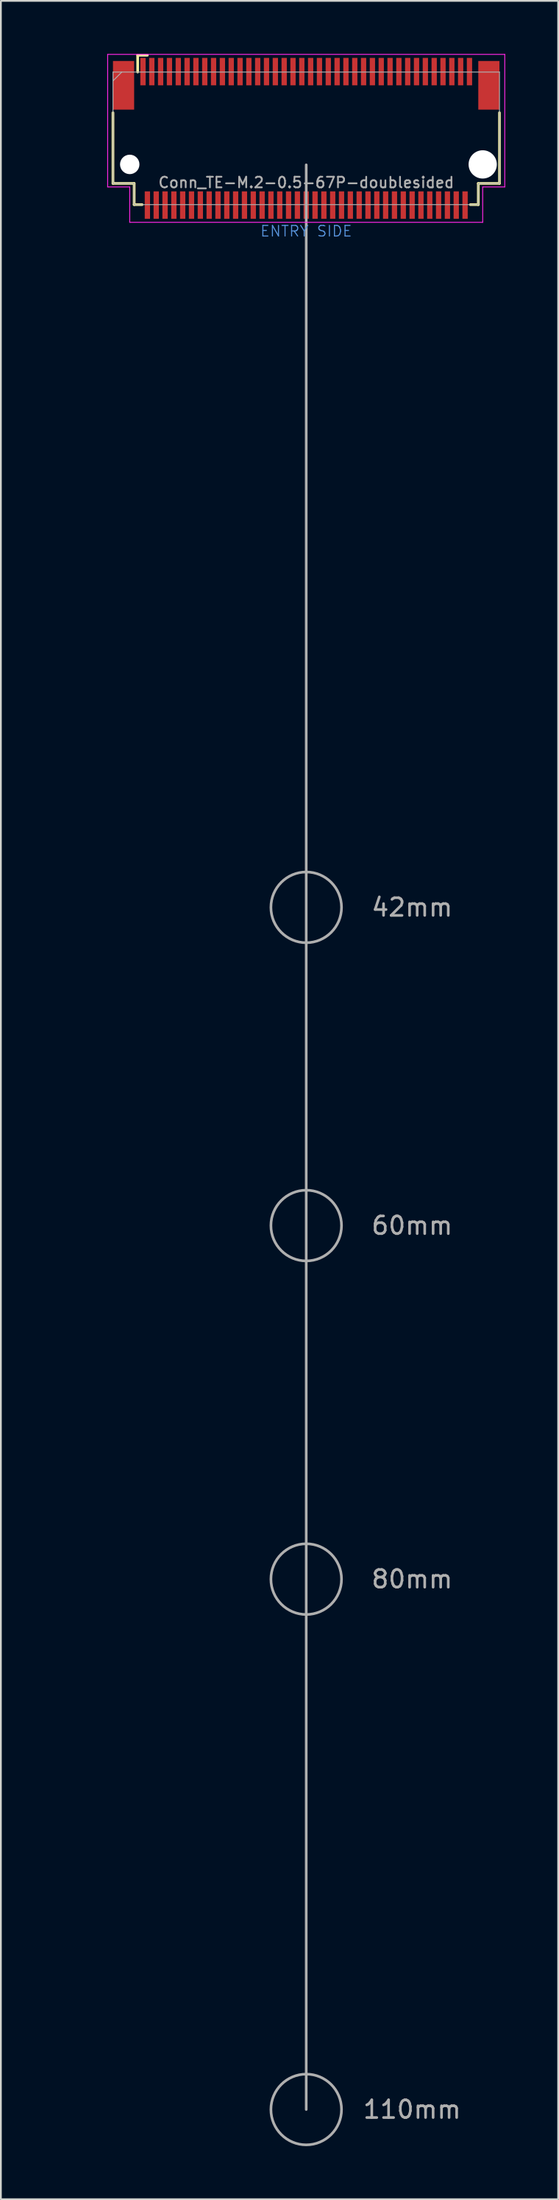
<source format=kicad_pcb>
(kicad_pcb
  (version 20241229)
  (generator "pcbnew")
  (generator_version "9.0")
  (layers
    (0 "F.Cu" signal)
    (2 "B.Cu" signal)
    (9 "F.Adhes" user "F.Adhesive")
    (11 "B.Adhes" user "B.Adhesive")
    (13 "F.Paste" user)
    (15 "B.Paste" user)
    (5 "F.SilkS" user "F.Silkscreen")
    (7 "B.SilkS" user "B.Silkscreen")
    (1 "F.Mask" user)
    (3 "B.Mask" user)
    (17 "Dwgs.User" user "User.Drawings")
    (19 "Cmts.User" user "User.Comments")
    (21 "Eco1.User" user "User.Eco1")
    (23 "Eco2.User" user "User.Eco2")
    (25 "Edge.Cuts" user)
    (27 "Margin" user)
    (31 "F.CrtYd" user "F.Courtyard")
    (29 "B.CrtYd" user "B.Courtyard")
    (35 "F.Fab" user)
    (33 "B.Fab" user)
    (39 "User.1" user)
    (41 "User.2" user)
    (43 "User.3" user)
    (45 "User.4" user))
  (footprint "Conn_TE-M.2-0.5-67P-doublesided"
    (layer "F.Cu")
    (at 14.301 6.275)
    (property "Reference" "Conn_TE-M.2-0.5-67P-doublesided" (at 0 1 0) (layer "F.Fab") (effects (font (size 0.6 0.6) (thickness 0.1))))
    (attr through_hole)
    (fp_line (start -10.95 1.05) (end -10.95 -2.95) (stroke (width 0.15) (type solid)) (layer "F.SilkS"))
    (fp_line (start -9.75 1.05) (end -10.95 1.05) (stroke (width 0.15) (type solid)) (layer "F.SilkS"))
    (fp_line (start -9.75 2.25) (end -9.75 1.05) (stroke (width 0.15) (type solid)) (layer "F.SilkS"))
    (fp_line (start -9.55 -6.2) (end -9 -6.2) (stroke (width 0.15) (type solid)) (layer "F.SilkS"))
    (fp_line (start -9.55 -5.25) (end -9.55 -6.2) (stroke (width 0.15) (type solid)) (layer "F.SilkS"))
    (fp_line (start -9.3 2.25) (end -9.75 2.25) (stroke (width 0.15) (type solid)) (layer "F.SilkS"))
    (fp_line (start 9.75 1.05) (end 9.75 2.25) (stroke (width 0.15) (type solid)) (layer "F.SilkS"))
    (fp_line (start 9.75 2.25) (end 9.3 2.25) (stroke (width 0.15) (type solid)) (layer "F.SilkS"))
    (fp_line (start 10.95 1.05) (end 9.75 1.05) (stroke (width 0.15) (type solid)) (layer "F.SilkS"))
    (fp_line (start 10.95 1.05) (end 10.95 -2.95) (stroke (width 0.15) (type solid)) (layer "F.SilkS"))
    (fp_line (start -11.25 -6.25) (end 11.25 -6.25) (stroke (width 0.05) (type solid)) (layer "F.CrtYd"))
    (fp_line (start -11.25 1.25) (end -11.25 -6.25) (stroke (width 0.05) (type solid)) (layer "F.CrtYd"))
    (fp_line (start -10 1.25) (end -11.25 1.25) (stroke (width 0.05) (type solid)) (layer "F.CrtYd"))
    (fp_line (start -10 3.25) (end -10 1.25) (stroke (width 0.05) (type solid)) (layer "F.CrtYd"))
    (fp_line (start 10 1.25) (end 10 3.25) (stroke (width 0.05) (type solid)) (layer "F.CrtYd"))
    (fp_line (start 10 3.25) (end -10 3.25) (stroke (width 0.05) (type solid)) (layer "F.CrtYd"))
    (fp_line (start 11.25 -6.25) (end 11.25 1.25) (stroke (width 0.05) (type solid)) (layer "F.CrtYd"))
    (fp_line (start 11.25 1.25) (end 10 1.25) (stroke (width 0.05) (type solid)) (layer "F.CrtYd"))
    (fp_line (start -10.95 -5.25) (end -10.95 1.05) (stroke (width 0.05) (type solid)) (layer "F.Fab"))
    (fp_line (start -10.95 -5.25) (end 10.95 -5.25) (stroke (width 0.05) (type solid)) (layer "F.Fab"))
    (fp_line (start -10.95 -4.75) (end -10.45 -5.25) (stroke (width 0.05) (type solid)) (layer "F.Fab"))
    (fp_line (start -10.95 1.05) (end -9.75 1.05) (stroke (width 0.05) (type solid)) (layer "F.Fab"))
    (fp_line (start -9.75 1.05) (end -9.75 2.25) (stroke (width 0.05) (type solid)) (layer "F.Fab"))
    (fp_line (start -9.75 2.25) (end 9.75 2.25) (stroke (width 0.05) (type solid)) (layer "F.Fab"))
    (fp_line (start 0 110) (end 0 0) (stroke (width 0.15) (type solid)) (layer "F.Fab"))
    (fp_line (start 9.75 1.05) (end 9.75 2.25) (stroke (width 0.05) (type solid)) (layer "F.Fab"))
    (fp_line (start 10.95 1.05) (end 9.75 1.05) (stroke (width 0.05) (type solid)) (layer "F.Fab"))
    (fp_line (start 10.95 1.05) (end 10.95 -5.25) (stroke (width 0.05) (type solid)) (layer "F.Fab"))
    (fp_circle (center 0 42) (end 2 42) (stroke (width 0.15) (type solid)) (fill no) (layer "F.Fab"))
    (fp_circle (center 0 60) (end 2 60) (stroke (width 0.15) (type solid)) (fill no) (layer "F.Fab"))
    (fp_circle (center 0 80) (end 2 80) (stroke (width 0.15) (type solid)) (fill no) (layer "F.Fab"))
    (fp_circle (center 0 110) (end 2 110) (stroke (width 0.15) (type solid)) (fill no) (layer "F.Fab"))
    (fp_text user "ENTRY SIDE" (at 0 3.75 0) (layer "Cmts.User") (effects (font (size 0.6 0.6) (thickness 0.06))))
    (fp_text user "${REFERENCE}" (at -10.1 -4.8 0) (layer "Eco1.User") (effects (font (size 0.3 0.3) (thickness 0.03))))
    (fp_text user "80mm" (at 6 80 0) (layer "F.Fab") (effects (font (size 1 1) (thickness 0.15))))
    (fp_text user "60mm" (at 6 60 0) (layer "F.Fab") (effects (font (size 1 1) (thickness 0.15))))
    (fp_text user "110mm" (at 6 110 0) (layer "F.Fab") (effects (font (size 1 1) (thickness 0.15))))
    (fp_text user "42mm" (at 6 42 0) (layer "F.Fab") (effects (font (size 1 1) (thickness 0.15))))
    (pad "" smd rect (at -10.35 -4.5) (size 1.2 2.75) (layers "F.Cu" "F.Mask" "F.Paste"))
    (pad "" np_thru_hole circle (at -10 -0.025) (size 1.1 1.1) (drill 1.1) (layers "*.Cu"))
    (pad "" np_thru_hole circle (at 10 -0.025) (size 1.6 1.6) (drill 1.6) (layers "*.Cu"))
    (pad "" smd rect (at 10.35 -4.5) (size 1.2 2.75) (layers "F.Cu" "F.Mask" "F.Paste"))
    (pad "1" smd rect (at -9.25 -5.275) (size 0.3 1.55) (layers "F.Cu" "F.Mask" "F.Paste"))
    (pad "2" smd rect (at -9 2.275) (size 0.3 1.55) (layers "F.Cu" "F.Mask" "F.Paste"))
    (pad "3" smd rect (at -8.75 -5.275) (size 0.3 1.55) (layers "F.Cu" "F.Mask" "F.Paste"))
    (pad "4" smd rect (at -8.5 2.275) (size 0.3 1.55) (layers "F.Cu" "F.Mask" "F.Paste"))
    (pad "5" smd rect (at -8.25 -5.275) (size 0.3 1.55) (layers "F.Cu" "F.Mask" "F.Paste"))
    (pad "6" smd rect (at -8 2.275) (size 0.3 1.55) (layers "F.Cu" "F.Mask" "F.Paste"))
    (pad "7" smd rect (at -7.75 -5.275) (size 0.3 1.55) (layers "F.Cu" "F.Mask" "F.Paste"))
    (pad "8" smd rect (at -7.5 2.275) (size 0.3 1.55) (layers "F.Cu" "F.Mask" "F.Paste"))
    (pad "9" smd rect (at -7.25 -5.275) (size 0.3 1.55) (layers "F.Cu" "F.Mask" "F.Paste"))
    (pad "10" smd rect (at -7 2.275) (size 0.3 1.55) (layers "F.Cu" "F.Mask" "F.Paste"))
    (pad "11" smd rect (at -6.75 -5.275) (size 0.3 1.55) (layers "F.Cu" "F.Mask" "F.Paste"))
    (pad "12" smd rect (at -6.5 2.275) (size 0.3 1.55) (layers "F.Cu" "F.Mask" "F.Paste"))
    (pad "13" smd rect (at -6.25 -5.275) (size 0.3 1.55) (layers "F.Cu" "F.Mask" "F.Paste"))
    (pad "14" smd rect (at -6 2.275) (size 0.3 1.55) (layers "F.Cu" "F.Mask" "F.Paste"))
    (pad "15" smd rect (at -5.75 -5.275) (size 0.3 1.55) (layers "F.Cu" "F.Mask" "F.Paste"))
    (pad "16" smd rect (at -5.5 2.275) (size 0.3 1.55) (layers "F.Cu" "F.Mask" "F.Paste"))
    (pad "17" smd rect (at -5.25 -5.275) (size 0.3 1.55) (layers "F.Cu" "F.Mask" "F.Paste"))
    (pad "18" smd rect (at -5 2.275) (size 0.3 1.55) (layers "F.Cu" "F.Mask" "F.Paste"))
    (pad "19" smd rect (at -4.75 -5.275) (size 0.3 1.55) (layers "F.Cu" "F.Mask" "F.Paste"))
    (pad "20" smd rect (at -4.5 2.275) (size 0.3 1.55) (layers "F.Cu" "F.Mask" "F.Paste"))
    (pad "21" smd rect (at -4.25 -5.275) (size 0.3 1.55) (layers "F.Cu" "F.Mask" "F.Paste"))
    (pad "22" smd rect (at -4 2.275) (size 0.3 1.55) (layers "F.Cu" "F.Mask" "F.Paste"))
    (pad "23" smd rect (at -3.75 -5.275) (size 0.3 1.55) (layers "F.Cu" "F.Mask" "F.Paste"))
    (pad "24" smd rect (at -3.5 2.275) (size 0.3 1.55) (layers "F.Cu" "F.Mask" "F.Paste"))
    (pad "25" smd rect (at -3.25 -5.275) (size 0.3 1.55) (layers "F.Cu" "F.Mask" "F.Paste"))
    (pad "26" smd rect (at -3 2.275) (size 0.3 1.55) (layers "F.Cu" "F.Mask" "F.Paste"))
    (pad "27" smd rect (at -2.75 -5.275) (size 0.3 1.55) (layers "F.Cu" "F.Mask" "F.Paste"))
    (pad "28" smd rect (at -2.5 2.275) (size 0.3 1.55) (layers "F.Cu" "F.Mask" "F.Paste"))
    (pad "29" smd rect (at -2.25 -5.275) (size 0.3 1.55) (layers "F.Cu" "F.Mask" "F.Paste"))
    (pad "30" smd rect (at -2 2.275) (size 0.3 1.55) (layers "F.Cu" "F.Mask" "F.Paste"))
    (pad "31" smd rect (at -1.75 -5.275) (size 0.3 1.55) (layers "F.Cu" "F.Mask" "F.Paste"))
    (pad "32" smd rect (at -1.5 2.275) (size 0.3 1.55) (layers "F.Cu" "F.Mask" "F.Paste"))
    (pad "33" smd rect (at -1.25 -5.275) (size 0.3 1.55) (layers "F.Cu" "F.Mask" "F.Paste"))
    (pad "34" smd rect (at -1 2.275) (size 0.3 1.55) (layers "F.Cu" "F.Mask" "F.Paste"))
    (pad "35" smd rect (at -0.75 -5.275) (size 0.3 1.55) (layers "F.Cu" "F.Mask" "F.Paste"))
    (pad "36" smd rect (at -0.5 2.275) (size 0.3 1.55) (layers "F.Cu" "F.Mask" "F.Paste"))
    (pad "37" smd rect (at -0.25 -5.275) (size 0.3 1.55) (layers "F.Cu" "F.Mask" "F.Paste"))
    (pad "38" smd rect (at 0 2.275) (size 0.3 1.55) (layers "F.Cu" "F.Mask" "F.Paste"))
    (pad "39" smd rect (at 0.25 -5.275) (size 0.3 1.55) (layers "F.Cu" "F.Mask" "F.Paste"))
    (pad "40" smd rect (at 0.5 2.275) (size 0.3 1.55) (layers "F.Cu" "F.Mask" "F.Paste"))
    (pad "41" smd rect (at 0.75 -5.275) (size 0.3 1.55) (layers "F.Cu" "F.Mask" "F.Paste"))
    (pad "42" smd rect (at 1 2.275) (size 0.3 1.55) (layers "F.Cu" "F.Mask" "F.Paste"))
    (pad "43" smd rect (at 1.25 -5.275) (size 0.3 1.55) (layers "F.Cu" "F.Mask" "F.Paste"))
    (pad "44" smd rect (at 1.5 2.275) (size 0.3 1.55) (layers "F.Cu" "F.Mask" "F.Paste"))
    (pad "45" smd rect (at 1.75 -5.275) (size 0.3 1.55) (layers "F.Cu" "F.Mask" "F.Paste"))
    (pad "46" smd rect (at 2 2.275) (size 0.3 1.55) (layers "F.Cu" "F.Mask" "F.Paste"))
    (pad "47" smd rect (at 2.25 -5.275) (size 0.3 1.55) (layers "F.Cu" "F.Mask" "F.Paste"))
    (pad "48" smd rect (at 2.5 2.275) (size 0.3 1.55) (layers "F.Cu" "F.Mask" "F.Paste"))
    (pad "49" smd rect (at 2.75 -5.275) (size 0.3 1.55) (layers "F.Cu" "F.Mask" "F.Paste"))
    (pad "50" smd rect (at 3 2.275) (size 0.3 1.55) (layers "F.Cu" "F.Mask" "F.Paste"))
    (pad "51" smd rect (at 3.25 -5.275) (size 0.3 1.55) (layers "F.Cu" "F.Mask" "F.Paste"))
    (pad "52" smd rect (at 3.5 2.275) (size 0.3 1.55) (layers "F.Cu" "F.Mask" "F.Paste"))
    (pad "53" smd rect (at 3.75 -5.275) (size 0.3 1.55) (layers "F.Cu" "F.Mask" "F.Paste"))
    (pad "54" smd rect (at 4 2.275) (size 0.3 1.55) (layers "F.Cu" "F.Mask" "F.Paste"))
    (pad "55" smd rect (at 4.25 -5.275) (size 0.3 1.55) (layers "F.Cu" "F.Mask" "F.Paste"))
    (pad "56" smd rect (at 4.5 2.275) (size 0.3 1.55) (layers "F.Cu" "F.Mask" "F.Paste"))
    (pad "57" smd rect (at 4.75 -5.275) (size 0.3 1.55) (layers "F.Cu" "F.Mask" "F.Paste"))
    (pad "58" smd rect (at 5 2.275) (size 0.3 1.55) (layers "F.Cu" "F.Mask" "F.Paste"))
    (pad "59" smd rect (at 5.25 -5.275) (size 0.3 1.55) (layers "F.Cu" "F.Mask" "F.Paste"))
    (pad "60" smd rect (at 5.5 2.275) (size 0.3 1.55) (layers "F.Cu" "F.Mask" "F.Paste"))
    (pad "61" smd rect (at 5.75 -5.275) (size 0.3 1.55) (layers "F.Cu" "F.Mask" "F.Paste"))
    (pad "62" smd rect (at 6 2.275) (size 0.3 1.55) (layers "F.Cu" "F.Mask" "F.Paste"))
    (pad "63" smd rect (at 6.25 -5.275) (size 0.3 1.55) (layers "F.Cu" "F.Mask" "F.Paste"))
    (pad "64" smd rect (at 6.5 2.275) (size 0.3 1.55) (layers "F.Cu" "F.Mask" "F.Paste"))
    (pad "65" smd rect (at 6.75 -5.275) (size 0.3 1.55) (layers "F.Cu" "F.Mask" "F.Paste"))
    (pad "66" smd rect (at 7 2.275) (size 0.3 1.55) (layers "F.Cu" "F.Mask" "F.Paste"))
    (pad "67" smd rect (at 7.25 -5.275) (size 0.3 1.55) (layers "F.Cu" "F.Mask" "F.Paste"))
    (pad "68" smd rect (at 7.5 2.275) (size 0.3 1.55) (layers "F.Cu" "F.Mask" "F.Paste"))
    (pad "69" smd rect (at 7.75 -5.275) (size 0.3 1.55) (layers "F.Cu" "F.Mask" "F.Paste"))
    (pad "70" smd rect (at 8 2.275) (size 0.3 1.55) (layers "F.Cu" "F.Mask" "F.Paste"))
    (pad "71" smd rect (at 8.25 -5.275) (size 0.3 1.55) (layers "F.Cu" "F.Mask" "F.Paste"))
    (pad "72" smd rect (at 8.5 2.275) (size 0.3 1.55) (layers "F.Cu" "F.Mask" "F.Paste"))
    (pad "73" smd rect (at 8.75 -5.275) (size 0.3 1.55) (layers "F.Cu" "F.Mask" "F.Paste"))
    (pad "74" smd rect (at 9 2.275) (size 0.3 1.55) (layers "F.Cu" "F.Mask" "F.Paste"))
    (pad "75" smd rect (at 9.25 -5.275) (size 0.3 1.55) (layers "F.Cu" "F.Mask" "F.Paste")))
  (gr_rect
    (start -3 -3)
    (end 28.576 121.35)
    (stroke (width 0.1) (type default))
    (fill no)
    (layer "Edge.Cuts")))
</source>
